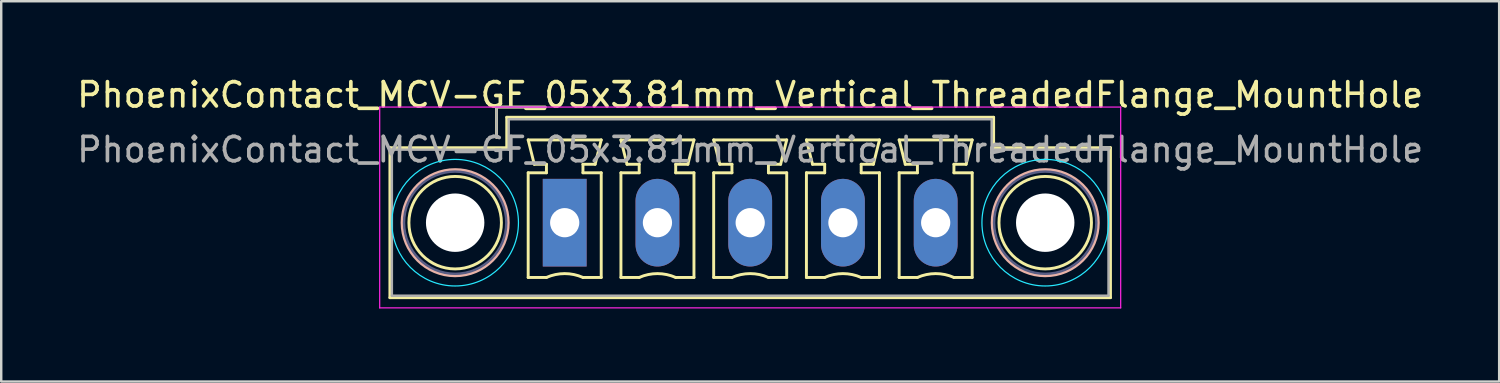
<source format=kicad_pcb>
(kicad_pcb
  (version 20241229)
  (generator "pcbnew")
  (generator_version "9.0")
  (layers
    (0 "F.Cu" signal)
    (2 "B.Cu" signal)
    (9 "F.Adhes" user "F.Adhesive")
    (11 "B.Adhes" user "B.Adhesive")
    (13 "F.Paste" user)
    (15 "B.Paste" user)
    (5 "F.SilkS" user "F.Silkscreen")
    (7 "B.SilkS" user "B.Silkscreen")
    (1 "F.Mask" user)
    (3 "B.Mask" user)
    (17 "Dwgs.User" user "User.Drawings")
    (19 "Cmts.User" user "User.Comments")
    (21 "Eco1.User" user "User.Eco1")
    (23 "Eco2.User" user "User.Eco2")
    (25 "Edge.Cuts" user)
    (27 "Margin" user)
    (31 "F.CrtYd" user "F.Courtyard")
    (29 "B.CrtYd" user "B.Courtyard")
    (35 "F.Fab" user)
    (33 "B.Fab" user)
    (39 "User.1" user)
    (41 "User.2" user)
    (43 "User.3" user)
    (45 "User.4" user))
  (footprint "PhoenixContact_MCV-GF_05x3.81mm_Vertical_ThreadedFlange_MountHole"
    (layer "F.Cu")
    (at 20.148 6.098)
    (property "Reference" "PhoenixContact_MCV-GF_05x3.81mm_Vertical_ThreadedFlange_MountHole" (at 7.62 -5.25 0) (layer "F.SilkS") (effects (font (size 1 1) (thickness 0.15))))
    (attr through_hole)
    (fp_line (start -7.18 -3.08) (end -7.18 3.08) (stroke (width 0.12) (type solid)) (layer "F.SilkS"))
    (fp_line (start -7.18 3.08) (end 22.42 3.08) (stroke (width 0.12) (type solid)) (layer "F.SilkS"))
    (fp_line (start -2.8 -4.75) (end -0.8 -4.75) (stroke (width 0.12) (type solid)) (layer "F.SilkS"))
    (fp_line (start -2.8 -3.5) (end -2.8 -4.75) (stroke (width 0.12) (type solid)) (layer "F.SilkS"))
    (fp_line (start -2.38 -4.33) (end -2.38 -3.08) (stroke (width 0.12) (type solid)) (layer "F.SilkS"))
    (fp_line (start -2.38 -3.08) (end -7.18 -3.08) (stroke (width 0.12) (type solid)) (layer "F.SilkS"))
    (fp_line (start -1.5 -3.4) (end 1.5 -3.4) (stroke (width 0.12) (type solid)) (layer "F.SilkS"))
    (fp_line (start -1.5 -2.05) (end -0.75 -2.05) (stroke (width 0.12) (type solid)) (layer "F.SilkS"))
    (fp_line (start -1.5 2.25) (end -1.5 -2.05) (stroke (width 0.12) (type solid)) (layer "F.SilkS"))
    (fp_line (start -1.25 -2.4) (end -1.5 -3.4) (stroke (width 0.12) (type solid)) (layer "F.SilkS"))
    (fp_line (start -0.75 -2.4) (end -1.25 -2.4) (stroke (width 0.12) (type solid)) (layer "F.SilkS"))
    (fp_line (start -0.75 -2.05) (end -0.75 -2.4) (stroke (width 0.12) (type solid)) (layer "F.SilkS"))
    (fp_line (start -0.75 2.25) (end -1.5 2.25) (stroke (width 0.12) (type solid)) (layer "F.SilkS"))
    (fp_line (start 0.75 -2.4) (end 0.75 -2.05) (stroke (width 0.12) (type solid)) (layer "F.SilkS"))
    (fp_line (start 0.75 -2.05) (end 1.5 -2.05) (stroke (width 0.12) (type solid)) (layer "F.SilkS"))
    (fp_line (start 1.25 -2.4) (end 0.75 -2.4) (stroke (width 0.12) (type solid)) (layer "F.SilkS"))
    (fp_line (start 1.5 -3.4) (end 1.25 -2.4) (stroke (width 0.12) (type solid)) (layer "F.SilkS"))
    (fp_line (start 1.5 -2.05) (end 1.5 2.25) (stroke (width 0.12) (type solid)) (layer "F.SilkS"))
    (fp_line (start 1.5 2.25) (end 0.75 2.25) (stroke (width 0.12) (type solid)) (layer "F.SilkS"))
    (fp_line (start 2.31 -3.4) (end 5.31 -3.4) (stroke (width 0.12) (type solid)) (layer "F.SilkS"))
    (fp_line (start 2.31 -2.05) (end 3.06 -2.05) (stroke (width 0.12) (type solid)) (layer "F.SilkS"))
    (fp_line (start 2.31 2.25) (end 2.31 -2.05) (stroke (width 0.12) (type solid)) (layer "F.SilkS"))
    (fp_line (start 2.56 -2.4) (end 2.31 -3.4) (stroke (width 0.12) (type solid)) (layer "F.SilkS"))
    (fp_line (start 3.06 -2.4) (end 2.56 -2.4) (stroke (width 0.12) (type solid)) (layer "F.SilkS"))
    (fp_line (start 3.06 -2.05) (end 3.06 -2.4) (stroke (width 0.12) (type solid)) (layer "F.SilkS"))
    (fp_line (start 3.06 2.25) (end 2.31 2.25) (stroke (width 0.12) (type solid)) (layer "F.SilkS"))
    (fp_line (start 4.56 -2.4) (end 4.56 -2.05) (stroke (width 0.12) (type solid)) (layer "F.SilkS"))
    (fp_line (start 4.56 -2.05) (end 5.31 -2.05) (stroke (width 0.12) (type solid)) (layer "F.SilkS"))
    (fp_line (start 5.06 -2.4) (end 4.56 -2.4) (stroke (width 0.12) (type solid)) (layer "F.SilkS"))
    (fp_line (start 5.31 -3.4) (end 5.06 -2.4) (stroke (width 0.12) (type solid)) (layer "F.SilkS"))
    (fp_line (start 5.31 -2.05) (end 5.31 2.25) (stroke (width 0.12) (type solid)) (layer "F.SilkS"))
    (fp_line (start 5.31 2.25) (end 4.56 2.25) (stroke (width 0.12) (type solid)) (layer "F.SilkS"))
    (fp_line (start 6.12 -3.4) (end 9.12 -3.4) (stroke (width 0.12) (type solid)) (layer "F.SilkS"))
    (fp_line (start 6.12 -2.05) (end 6.87 -2.05) (stroke (width 0.12) (type solid)) (layer "F.SilkS"))
    (fp_line (start 6.12 2.25) (end 6.12 -2.05) (stroke (width 0.12) (type solid)) (layer "F.SilkS"))
    (fp_line (start 6.37 -2.4) (end 6.12 -3.4) (stroke (width 0.12) (type solid)) (layer "F.SilkS"))
    (fp_line (start 6.87 -2.4) (end 6.37 -2.4) (stroke (width 0.12) (type solid)) (layer "F.SilkS"))
    (fp_line (start 6.87 -2.05) (end 6.87 -2.4) (stroke (width 0.12) (type solid)) (layer "F.SilkS"))
    (fp_line (start 6.87 2.25) (end 6.12 2.25) (stroke (width 0.12) (type solid)) (layer "F.SilkS"))
    (fp_line (start 8.37 -2.4) (end 8.37 -2.05) (stroke (width 0.12) (type solid)) (layer "F.SilkS"))
    (fp_line (start 8.37 -2.05) (end 9.12 -2.05) (stroke (width 0.12) (type solid)) (layer "F.SilkS"))
    (fp_line (start 8.87 -2.4) (end 8.37 -2.4) (stroke (width 0.12) (type solid)) (layer "F.SilkS"))
    (fp_line (start 9.12 -3.4) (end 8.87 -2.4) (stroke (width 0.12) (type solid)) (layer "F.SilkS"))
    (fp_line (start 9.12 -2.05) (end 9.12 2.25) (stroke (width 0.12) (type solid)) (layer "F.SilkS"))
    (fp_line (start 9.12 2.25) (end 8.37 2.25) (stroke (width 0.12) (type solid)) (layer "F.SilkS"))
    (fp_line (start 9.93 -3.4) (end 12.93 -3.4) (stroke (width 0.12) (type solid)) (layer "F.SilkS"))
    (fp_line (start 9.93 -2.05) (end 10.68 -2.05) (stroke (width 0.12) (type solid)) (layer "F.SilkS"))
    (fp_line (start 9.93 2.25) (end 9.93 -2.05) (stroke (width 0.12) (type solid)) (layer "F.SilkS"))
    (fp_line (start 10.18 -2.4) (end 9.93 -3.4) (stroke (width 0.12) (type solid)) (layer "F.SilkS"))
    (fp_line (start 10.68 -2.4) (end 10.18 -2.4) (stroke (width 0.12) (type solid)) (layer "F.SilkS"))
    (fp_line (start 10.68 -2.05) (end 10.68 -2.4) (stroke (width 0.12) (type solid)) (layer "F.SilkS"))
    (fp_line (start 10.68 2.25) (end 9.93 2.25) (stroke (width 0.12) (type solid)) (layer "F.SilkS"))
    (fp_line (start 12.18 -2.4) (end 12.18 -2.05) (stroke (width 0.12) (type solid)) (layer "F.SilkS"))
    (fp_line (start 12.18 -2.05) (end 12.93 -2.05) (stroke (width 0.12) (type solid)) (layer "F.SilkS"))
    (fp_line (start 12.68 -2.4) (end 12.18 -2.4) (stroke (width 0.12) (type solid)) (layer "F.SilkS"))
    (fp_line (start 12.93 -3.4) (end 12.68 -2.4) (stroke (width 0.12) (type solid)) (layer "F.SilkS"))
    (fp_line (start 12.93 -2.05) (end 12.93 2.25) (stroke (width 0.12) (type solid)) (layer "F.SilkS"))
    (fp_line (start 12.93 2.25) (end 12.18 2.25) (stroke (width 0.12) (type solid)) (layer "F.SilkS"))
    (fp_line (start 13.74 -3.4) (end 16.74 -3.4) (stroke (width 0.12) (type solid)) (layer "F.SilkS"))
    (fp_line (start 13.74 -2.05) (end 14.49 -2.05) (stroke (width 0.12) (type solid)) (layer "F.SilkS"))
    (fp_line (start 13.74 2.25) (end 13.74 -2.05) (stroke (width 0.12) (type solid)) (layer "F.SilkS"))
    (fp_line (start 13.99 -2.4) (end 13.74 -3.4) (stroke (width 0.12) (type solid)) (layer "F.SilkS"))
    (fp_line (start 14.49 -2.4) (end 13.99 -2.4) (stroke (width 0.12) (type solid)) (layer "F.SilkS"))
    (fp_line (start 14.49 -2.05) (end 14.49 -2.4) (stroke (width 0.12) (type solid)) (layer "F.SilkS"))
    (fp_line (start 14.49 2.25) (end 13.74 2.25) (stroke (width 0.12) (type solid)) (layer "F.SilkS"))
    (fp_line (start 15.99 -2.4) (end 15.99 -2.05) (stroke (width 0.12) (type solid)) (layer "F.SilkS"))
    (fp_line (start 15.99 -2.05) (end 16.74 -2.05) (stroke (width 0.12) (type solid)) (layer "F.SilkS"))
    (fp_line (start 16.49 -2.4) (end 15.99 -2.4) (stroke (width 0.12) (type solid)) (layer "F.SilkS"))
    (fp_line (start 16.74 -3.4) (end 16.49 -2.4) (stroke (width 0.12) (type solid)) (layer "F.SilkS"))
    (fp_line (start 16.74 -2.05) (end 16.74 2.25) (stroke (width 0.12) (type solid)) (layer "F.SilkS"))
    (fp_line (start 16.74 2.25) (end 15.99 2.25) (stroke (width 0.12) (type solid)) (layer "F.SilkS"))
    (fp_line (start 17.62 -4.33) (end -2.38 -4.33) (stroke (width 0.12) (type solid)) (layer "F.SilkS"))
    (fp_line (start 17.62 -3.08) (end 17.62 -4.33) (stroke (width 0.12) (type solid)) (layer "F.SilkS"))
    (fp_line (start 22.42 -3.08) (end 17.62 -3.08) (stroke (width 0.12) (type solid)) (layer "F.SilkS"))
    (fp_line (start 22.42 3.08) (end 22.42 -3.08) (stroke (width 0.12) (type solid)) (layer "F.SilkS"))
    (fp_arc (start -0.75 2.25) (mid -0.000193 2.09191) (end 0.749647 2.249844) (stroke (width 0.12) (type solid)) (layer "F.SilkS"))
    (fp_arc (start 3.06 2.25) (mid 3.809807 2.09191) (end 4.559647 2.249844) (stroke (width 0.12) (type solid)) (layer "F.SilkS"))
    (fp_arc (start 6.87 2.25) (mid 7.619807 2.09191) (end 8.369647 2.249844) (stroke (width 0.12) (type solid)) (layer "F.SilkS"))
    (fp_arc (start 10.68 2.25) (mid 11.429807 2.09191) (end 12.179647 2.249844) (stroke (width 0.12) (type solid)) (layer "F.SilkS"))
    (fp_arc (start 14.49 2.25) (mid 15.239807 2.09191) (end 15.989647 2.249844) (stroke (width 0.12) (type solid)) (layer "F.SilkS"))
    (fp_circle (center -4.5 0) (end -2.6 0) (stroke (width 0.12) (type solid)) (fill no) (layer "F.SilkS"))
    (fp_circle (center 19.74 0) (end 21.64 0) (stroke (width 0.12) (type solid)) (fill no) (layer "F.SilkS"))
    (fp_circle (center -4.5 0) (end -2.32 0) (stroke (width 0.12) (type solid)) (fill no) (layer "B.SilkS"))
    (fp_circle (center 19.74 0) (end 21.92 0) (stroke (width 0.12) (type solid)) (fill no) (layer "B.SilkS"))
    (fp_circle (center -4.5 0) (end -1.9 0) (stroke (width 0.05) (type solid)) (fill no) (layer "B.CrtYd"))
    (fp_circle (center 19.74 0) (end 22.34 0) (stroke (width 0.05) (type solid)) (fill no) (layer "B.CrtYd"))
    (fp_line (start -7.6 -4.75) (end -7.6 3.5) (stroke (width 0.05) (type solid)) (layer "F.CrtYd"))
    (fp_line (start -7.6 3.5) (end 22.84 3.5) (stroke (width 0.05) (type solid)) (layer "F.CrtYd"))
    (fp_line (start 22.84 -4.75) (end -7.6 -4.75) (stroke (width 0.05) (type solid)) (layer "F.CrtYd"))
    (fp_line (start 22.84 3.5) (end 22.84 -4.75) (stroke (width 0.05) (type solid)) (layer "F.CrtYd"))
    (fp_circle (center -4.5 0) (end -2.4 0) (stroke (width 0.1) (type solid)) (fill no) (layer "B.Fab"))
    (fp_circle (center 19.74 0) (end 21.84 0) (stroke (width 0.1) (type solid)) (fill no) (layer "B.Fab"))
    (fp_line (start -7.1 -3) (end -7.1 3) (stroke (width 0.1) (type solid)) (layer "F.Fab"))
    (fp_line (start -7.1 3) (end 22.34 3) (stroke (width 0.1) (type solid)) (layer "F.Fab"))
    (fp_line (start -2.8 -4.75) (end -0.8 -4.75) (stroke (width 0.1) (type solid)) (layer "F.Fab"))
    (fp_line (start -2.8 -3.5) (end -2.8 -4.75) (stroke (width 0.1) (type solid)) (layer "F.Fab"))
    (fp_line (start -2.3 -4.25) (end -2.3 -3) (stroke (width 0.1) (type solid)) (layer "F.Fab"))
    (fp_line (start -2.3 -3) (end -7.1 -3) (stroke (width 0.1) (type solid)) (layer "F.Fab"))
    (fp_line (start 17.54 -4.25) (end -2.3 -4.25) (stroke (width 0.1) (type solid)) (layer "F.Fab"))
    (fp_line (start 17.54 -3) (end 17.54 -4.25) (stroke (width 0.1) (type solid)) (layer "F.Fab"))
    (fp_line (start 22.34 -3) (end 17.54 -3) (stroke (width 0.1) (type solid)) (layer "F.Fab"))
    (fp_line (start 22.34 3) (end 22.34 -3) (stroke (width 0.1) (type solid)) (layer "F.Fab"))
    (fp_text user "${REFERENCE}" (at 7.62 -3 0) (layer "F.Fab") (effects (font (size 1 1) (thickness 0.15))))
    (pad "" np_thru_hole circle (at -4.5 0) (size 2.4 2.4) (drill 2.4) (layers "*.Cu" "*.Mask"))
    (pad "" np_thru_hole circle (at 19.74 0) (size 2.4 2.4) (drill 2.4) (layers "*.Cu" "*.Mask"))
    (pad "1" thru_hole rect (at 0 0) (size 1.8 3.6) (drill 1.2) (layers "*.Cu" "*.Mask"))
    (pad "2" thru_hole oval (at 3.81 0) (size 1.8 3.6) (drill 1.2) (layers "*.Cu" "*.Mask"))
    (pad "3" thru_hole oval (at 7.62 0) (size 1.8 3.6) (drill 1.2) (layers "*.Cu" "*.Mask"))
    (pad "4" thru_hole oval (at 11.43 0) (size 1.8 3.6) (drill 1.2) (layers "*.Cu" "*.Mask"))
    (pad "5" thru_hole oval (at 15.24 0) (size 1.8 3.6) (drill 1.2) (layers "*.Cu" "*.Mask")))
  (gr_rect
    (start -3 -3)
    (end 58.536 12.623)
    (stroke (width 0.1) (type default))
    (fill no)
    (layer "Edge.Cuts")))
</source>
